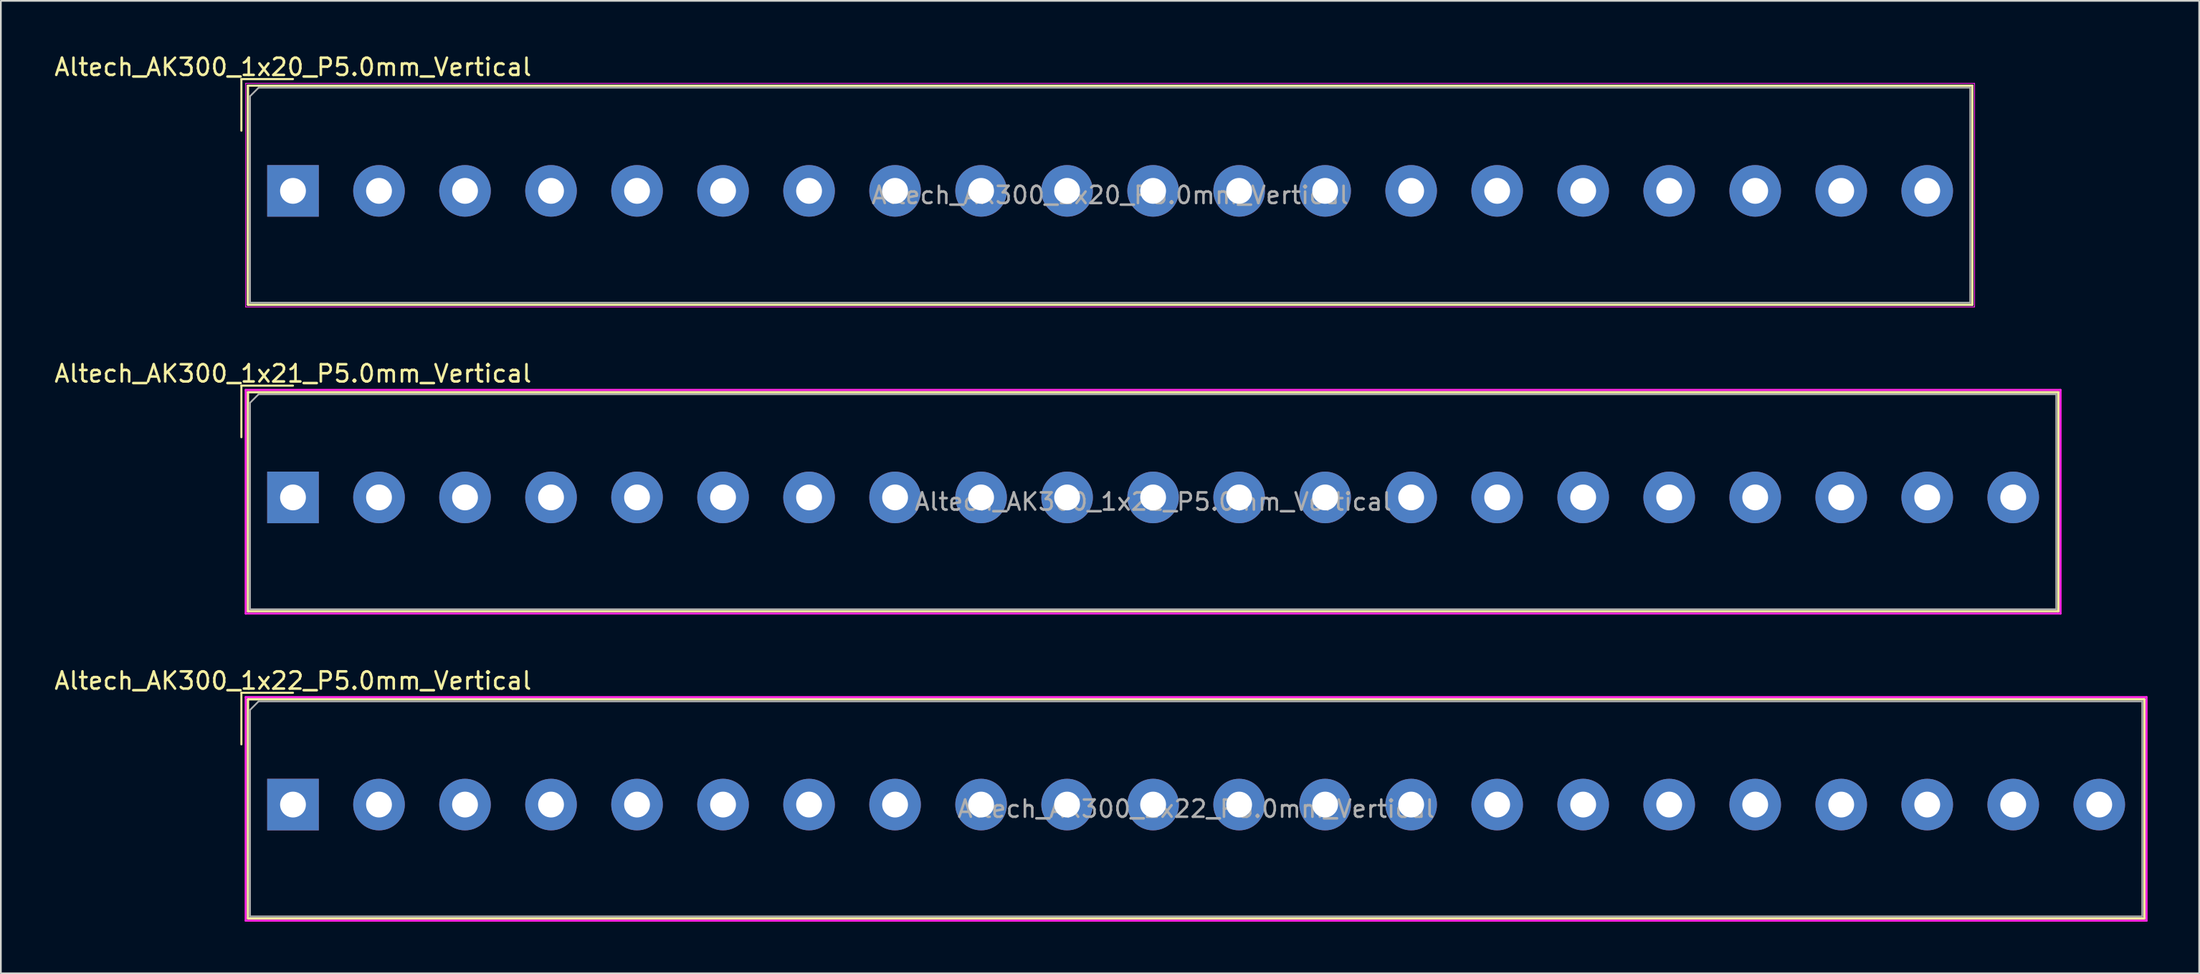
<source format=kicad_pcb>
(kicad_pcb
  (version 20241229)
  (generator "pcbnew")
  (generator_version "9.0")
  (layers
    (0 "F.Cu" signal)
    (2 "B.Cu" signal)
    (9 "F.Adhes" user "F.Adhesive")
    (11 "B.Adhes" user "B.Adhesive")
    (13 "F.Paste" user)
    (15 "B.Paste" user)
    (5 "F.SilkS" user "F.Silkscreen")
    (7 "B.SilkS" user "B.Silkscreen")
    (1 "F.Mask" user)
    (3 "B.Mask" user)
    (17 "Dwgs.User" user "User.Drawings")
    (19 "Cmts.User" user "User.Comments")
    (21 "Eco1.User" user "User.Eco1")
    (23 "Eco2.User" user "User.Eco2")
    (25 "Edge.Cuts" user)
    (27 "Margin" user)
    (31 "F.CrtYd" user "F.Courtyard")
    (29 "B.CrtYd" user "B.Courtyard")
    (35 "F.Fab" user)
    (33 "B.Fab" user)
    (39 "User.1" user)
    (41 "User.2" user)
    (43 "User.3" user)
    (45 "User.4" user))
  (footprint "Altech_AK300_1x20_P5.0mm_Vertical"
    (layer "F.Cu")
    (at 13.982 8.048)
    (property "Reference" "Altech_AK300_1x20_P5.0mm_Vertical" (at 0 -7.2 0) (layer "F.SilkS") (effects (font (size 1 1) (thickness 0.15))))
    (attr through_hole)
    (fp_line (start -3 -6.5) (end 0 -6.5) (stroke (width 0.12) (type solid)) (layer "F.SilkS"))
    (fp_line (start -3 -3.5) (end -3 -6.5) (stroke (width 0.12) (type solid)) (layer "F.SilkS"))
    (fp_line (start -2.62 -6.12) (end -2.62 6.62) (stroke (width 0.12) (type solid)) (layer "F.SilkS"))
    (fp_line (start -2.62 -6.12) (end -2.62 6.62) (stroke (width 0.12) (type solid)) (layer "F.SilkS"))
    (fp_line (start -2.62 -6.12) (end 97.62 -6.12) (stroke (width 0.12) (type solid)) (layer "F.SilkS"))
    (fp_line (start -2.62 -6.12) (end 97.62 -6.12) (stroke (width 0.12) (type solid)) (layer "F.SilkS"))
    (fp_line (start -2.62 6.62) (end 97.62 6.62) (stroke (width 0.12) (type solid)) (layer "F.SilkS"))
    (fp_line (start -2.62 6.62) (end 97.62 6.62) (stroke (width 0.12) (type solid)) (layer "F.SilkS"))
    (fp_line (start 97.62 -6.12) (end 97.62 6.62) (stroke (width 0.12) (type solid)) (layer "F.SilkS"))
    (fp_line (start 97.62 -6.12) (end 97.62 6.62) (stroke (width 0.12) (type solid)) (layer "F.SilkS"))
    (fp_line (start -2.75 -6.25) (end -2.75 6.75) (stroke (width 0.05) (type solid)) (layer "F.CrtYd"))
    (fp_line (start -2.75 -6.25) (end 97.75 -6.25) (stroke (width 0.05) (type solid)) (layer "F.CrtYd"))
    (fp_line (start -2.75 6.75) (end 97.75 6.75) (stroke (width 0.05) (type solid)) (layer "F.CrtYd"))
    (fp_line (start 97.75 -6.25) (end 97.75 6.75) (stroke (width 0.05) (type solid)) (layer "F.CrtYd"))
    (fp_line (start -2.5 -5.5) (end -2 -6) (stroke (width 0.1) (type solid)) (layer "F.Fab"))
    (fp_line (start -2.5 6.5) (end -2.5 -5.5) (stroke (width 0.1) (type solid)) (layer "F.Fab"))
    (fp_line (start -2 -6) (end 97.5 -6) (stroke (width 0.1) (type solid)) (layer "F.Fab"))
    (fp_line (start 97.5 -6) (end 97.5 6.5) (stroke (width 0.1) (type solid)) (layer "F.Fab"))
    (fp_line (start 97.5 6.5) (end -2.5 6.5) (stroke (width 0.1) (type solid)) (layer "F.Fab"))
    (fp_text user "${REFERENCE}" (at 47.5 0.25 0) (layer "F.Fab") (effects (font (size 1 1) (thickness 0.15))))
    (pad "1" thru_hole rect (at 0 0) (size 3 3) (drill 1.5) (layers "*.Cu" "*.Mask"))
    (pad "2" thru_hole circle (at 5 0) (size 3 3) (drill 1.5) (layers "*.Cu" "*.Mask"))
    (pad "3" thru_hole circle (at 10 0) (size 3 3) (drill 1.5) (layers "*.Cu" "*.Mask"))
    (pad "4" thru_hole circle (at 15 0) (size 3 3) (drill 1.5) (layers "*.Cu" "*.Mask"))
    (pad "5" thru_hole circle (at 20 0) (size 3 3) (drill 1.5) (layers "*.Cu" "*.Mask"))
    (pad "6" thru_hole circle (at 25 0) (size 3 3) (drill 1.5) (layers "*.Cu" "*.Mask"))
    (pad "7" thru_hole circle (at 30 0) (size 3 3) (drill 1.5) (layers "*.Cu" "*.Mask"))
    (pad "8" thru_hole circle (at 35 0) (size 3 3) (drill 1.5) (layers "*.Cu" "*.Mask"))
    (pad "9" thru_hole circle (at 40 0) (size 3 3) (drill 1.5) (layers "*.Cu" "*.Mask"))
    (pad "10" thru_hole circle (at 45 0) (size 3 3) (drill 1.5) (layers "*.Cu" "*.Mask"))
    (pad "11" thru_hole circle (at 50 0) (size 3 3) (drill 1.5) (layers "*.Cu" "*.Mask"))
    (pad "12" thru_hole circle (at 55 0) (size 3 3) (drill 1.5) (layers "*.Cu" "*.Mask"))
    (pad "13" thru_hole circle (at 60 0) (size 3 3) (drill 1.5) (layers "*.Cu" "*.Mask"))
    (pad "14" thru_hole circle (at 65 0) (size 3 3) (drill 1.5) (layers "*.Cu" "*.Mask"))
    (pad "15" thru_hole circle (at 70 0) (size 3 3) (drill 1.5) (layers "*.Cu" "*.Mask"))
    (pad "16" thru_hole circle (at 75 0) (size 3 3) (drill 1.5) (layers "*.Cu" "*.Mask"))
    (pad "17" thru_hole circle (at 80 0) (size 3 3) (drill 1.5) (layers "*.Cu" "*.Mask"))
    (pad "18" thru_hole circle (at 85 0) (size 3 3) (drill 1.5) (layers "*.Cu" "*.Mask"))
    (pad "19" thru_hole circle (at 90 0) (size 3 3) (drill 1.5) (layers "*.Cu" "*.Mask"))
    (pad "20" thru_hole circle (at 95 0) (size 3 3) (drill 1.5) (layers "*.Cu" "*.Mask")))
  (footprint "Altech_AK300_1x22_P5.0mm_Vertical"
    (layer "F.Cu")
    (at 13.982 43.73)
    (property "Reference" "Altech_AK300_1x22_P5.0mm_Vertical" (at 0 -7.2 0) (layer "F.SilkS") (effects (font (size 1 1) (thickness 0.15))))
    (attr through_hole)
    (fp_line (start -3 -6.5) (end 0 -6.5) (stroke (width 0.12) (type solid)) (layer "F.SilkS"))
    (fp_line (start -3 -3.5) (end -3 -6.5) (stroke (width 0.12) (type solid)) (layer "F.SilkS"))
    (fp_line (start -2.62 -6.12) (end -2.62 6.62) (stroke (width 0.12) (type solid)) (layer "F.SilkS"))
    (fp_line (start -2.62 -6.12) (end -2.62 6.62) (stroke (width 0.12) (type solid)) (layer "F.SilkS"))
    (fp_line (start -2.62 -6.12) (end 107.62 -6.12) (stroke (width 0.12) (type solid)) (layer "F.SilkS"))
    (fp_line (start -2.62 -6.12) (end 107.62 -6.12) (stroke (width 0.12) (type solid)) (layer "F.SilkS"))
    (fp_line (start -2.62 6.62) (end 107.62 6.62) (stroke (width 0.12) (type solid)) (layer "F.SilkS"))
    (fp_line (start -2.62 6.62) (end 107.62 6.62) (stroke (width 0.12) (type solid)) (layer "F.SilkS"))
    (fp_line (start 107.62 -6.12) (end 107.62 6.62) (stroke (width 0.12) (type solid)) (layer "F.SilkS"))
    (fp_line (start 107.62 -6.12) (end 107.62 6.62) (stroke (width 0.12) (type solid)) (layer "F.SilkS"))
    (fp_line (start -2.75 -6.25) (end -2.75 6.75) (stroke (width 0.12) (type solid)) (layer "F.CrtYd"))
    (fp_line (start -2.75 -6.25) (end 107.75 -6.25) (stroke (width 0.12) (type solid)) (layer "F.CrtYd"))
    (fp_line (start -2.75 6.75) (end 107.75 6.75) (stroke (width 0.12) (type solid)) (layer "F.CrtYd"))
    (fp_line (start 107.75 -6.25) (end 107.75 6.75) (stroke (width 0.12) (type solid)) (layer "F.CrtYd"))
    (fp_line (start -2.5 -5.5) (end -2 -6) (stroke (width 0.1) (type solid)) (layer "F.Fab"))
    (fp_line (start -2.5 6.5) (end -2.5 -5.5) (stroke (width 0.1) (type solid)) (layer "F.Fab"))
    (fp_line (start -2 -6) (end 107.5 -6) (stroke (width 0.1) (type solid)) (layer "F.Fab"))
    (fp_line (start 107.5 -6) (end 107.5 6.5) (stroke (width 0.1) (type solid)) (layer "F.Fab"))
    (fp_line (start 107.5 6.5) (end -2.5 6.5) (stroke (width 0.1) (type solid)) (layer "F.Fab"))
    (fp_text user "${REFERENCE}" (at 52.5 0.25 0) (layer "F.Fab") (effects (font (size 1 1) (thickness 0.15))))
    (pad "1" thru_hole rect (at 0 0) (size 3 3) (drill 1.5) (layers "*.Cu" "*.Mask"))
    (pad "2" thru_hole circle (at 5 0) (size 3 3) (drill 1.5) (layers "*.Cu" "*.Mask"))
    (pad "3" thru_hole circle (at 10 0) (size 3 3) (drill 1.5) (layers "*.Cu" "*.Mask"))
    (pad "4" thru_hole circle (at 15 0) (size 3 3) (drill 1.5) (layers "*.Cu" "*.Mask"))
    (pad "5" thru_hole circle (at 20 0) (size 3 3) (drill 1.5) (layers "*.Cu" "*.Mask"))
    (pad "6" thru_hole circle (at 25 0) (size 3 3) (drill 1.5) (layers "*.Cu" "*.Mask"))
    (pad "7" thru_hole circle (at 30 0) (size 3 3) (drill 1.5) (layers "*.Cu" "*.Mask"))
    (pad "8" thru_hole circle (at 35 0) (size 3 3) (drill 1.5) (layers "*.Cu" "*.Mask"))
    (pad "9" thru_hole circle (at 40 0) (size 3 3) (drill 1.5) (layers "*.Cu" "*.Mask"))
    (pad "10" thru_hole circle (at 45 0) (size 3 3) (drill 1.5) (layers "*.Cu" "*.Mask"))
    (pad "11" thru_hole circle (at 50 0) (size 3 3) (drill 1.5) (layers "*.Cu" "*.Mask"))
    (pad "12" thru_hole circle (at 55 0) (size 3 3) (drill 1.5) (layers "*.Cu" "*.Mask"))
    (pad "13" thru_hole circle (at 60 0) (size 3 3) (drill 1.5) (layers "*.Cu" "*.Mask"))
    (pad "14" thru_hole circle (at 65 0) (size 3 3) (drill 1.5) (layers "*.Cu" "*.Mask"))
    (pad "15" thru_hole circle (at 70 0) (size 3 3) (drill 1.5) (layers "*.Cu" "*.Mask"))
    (pad "16" thru_hole circle (at 75 0) (size 3 3) (drill 1.5) (layers "*.Cu" "*.Mask"))
    (pad "17" thru_hole circle (at 80 0) (size 3 3) (drill 1.5) (layers "*.Cu" "*.Mask"))
    (pad "18" thru_hole circle (at 85 0) (size 3 3) (drill 1.5) (layers "*.Cu" "*.Mask"))
    (pad "19" thru_hole circle (at 90 0) (size 3 3) (drill 1.5) (layers "*.Cu" "*.Mask"))
    (pad "20" thru_hole circle (at 95 0) (size 3 3) (drill 1.5) (layers "*.Cu" "*.Mask"))
    (pad "21" thru_hole circle (at 100 0) (size 3 3) (drill 1.5) (layers "*.Cu" "*.Mask"))
    (pad "22" thru_hole circle (at 105 0) (size 3 3) (drill 1.5) (layers "*.Cu" "*.Mask")))
  (footprint "Altech_AK300_1x21_P5.0mm_Vertical"
    (layer "F.Cu")
    (at 13.982 25.872)
    (property "Reference" "Altech_AK300_1x21_P5.0mm_Vertical" (at 0 -7.2 0) (layer "F.SilkS") (effects (font (size 1 1) (thickness 0.15))))
    (attr through_hole)
    (fp_line (start -3 -6.5) (end 0 -6.5) (stroke (width 0.12) (type solid)) (layer "F.SilkS"))
    (fp_line (start -3 -3.5) (end -3 -6.5) (stroke (width 0.12) (type solid)) (layer "F.SilkS"))
    (fp_line (start -2.62 -6.12) (end -2.62 6.62) (stroke (width 0.12) (type solid)) (layer "F.SilkS"))
    (fp_line (start -2.62 -6.12) (end -2.62 6.62) (stroke (width 0.12) (type solid)) (layer "F.SilkS"))
    (fp_line (start -2.62 -6.12) (end 102.62 -6.12) (stroke (width 0.12) (type solid)) (layer "F.SilkS"))
    (fp_line (start -2.62 -6.12) (end 102.62 -6.12) (stroke (width 0.12) (type solid)) (layer "F.SilkS"))
    (fp_line (start -2.62 6.62) (end 102.62 6.62) (stroke (width 0.12) (type solid)) (layer "F.SilkS"))
    (fp_line (start -2.62 6.62) (end 102.62 6.62) (stroke (width 0.12) (type solid)) (layer "F.SilkS"))
    (fp_line (start 102.62 -6.12) (end 102.62 6.62) (stroke (width 0.12) (type solid)) (layer "F.SilkS"))
    (fp_line (start 102.62 -6.12) (end 102.62 6.62) (stroke (width 0.12) (type solid)) (layer "F.SilkS"))
    (fp_line (start -2.75 -6.25) (end -2.75 6.75) (stroke (width 0.12) (type solid)) (layer "F.CrtYd"))
    (fp_line (start -2.75 -6.25) (end 102.75 -6.25) (stroke (width 0.12) (type solid)) (layer "F.CrtYd"))
    (fp_line (start -2.75 6.75) (end 102.75 6.75) (stroke (width 0.12) (type solid)) (layer "F.CrtYd"))
    (fp_line (start 102.75 -6.25) (end 102.75 6.75) (stroke (width 0.12) (type solid)) (layer "F.CrtYd"))
    (fp_line (start -2.5 -5.5) (end -2 -6) (stroke (width 0.1) (type solid)) (layer "F.Fab"))
    (fp_line (start -2.5 6.5) (end -2.5 -5.5) (stroke (width 0.1) (type solid)) (layer "F.Fab"))
    (fp_line (start -2 -6) (end 102.5 -6) (stroke (width 0.1) (type solid)) (layer "F.Fab"))
    (fp_line (start 102.5 -6) (end 102.5 6.5) (stroke (width 0.1) (type solid)) (layer "F.Fab"))
    (fp_line (start 102.5 6.5) (end -2.5 6.5) (stroke (width 0.1) (type solid)) (layer "F.Fab"))
    (fp_text user "${REFERENCE}" (at 50 0.25 0) (layer "F.Fab") (effects (font (size 1 1) (thickness 0.15))))
    (pad "1" thru_hole rect (at 0 0) (size 3 3) (drill 1.5) (layers "*.Cu" "*.Mask"))
    (pad "2" thru_hole circle (at 5 0) (size 3 3) (drill 1.5) (layers "*.Cu" "*.Mask"))
    (pad "3" thru_hole circle (at 10 0) (size 3 3) (drill 1.5) (layers "*.Cu" "*.Mask"))
    (pad "4" thru_hole circle (at 15 0) (size 3 3) (drill 1.5) (layers "*.Cu" "*.Mask"))
    (pad "5" thru_hole circle (at 20 0) (size 3 3) (drill 1.5) (layers "*.Cu" "*.Mask"))
    (pad "6" thru_hole circle (at 25 0) (size 3 3) (drill 1.5) (layers "*.Cu" "*.Mask"))
    (pad "7" thru_hole circle (at 30 0) (size 3 3) (drill 1.5) (layers "*.Cu" "*.Mask"))
    (pad "8" thru_hole circle (at 35 0) (size 3 3) (drill 1.5) (layers "*.Cu" "*.Mask"))
    (pad "9" thru_hole circle (at 40 0) (size 3 3) (drill 1.5) (layers "*.Cu" "*.Mask"))
    (pad "10" thru_hole circle (at 45 0) (size 3 3) (drill 1.5) (layers "*.Cu" "*.Mask"))
    (pad "11" thru_hole circle (at 50 0) (size 3 3) (drill 1.5) (layers "*.Cu" "*.Mask"))
    (pad "12" thru_hole circle (at 55 0) (size 3 3) (drill 1.5) (layers "*.Cu" "*.Mask"))
    (pad "13" thru_hole circle (at 60 0) (size 3 3) (drill 1.5) (layers "*.Cu" "*.Mask"))
    (pad "14" thru_hole circle (at 65 0) (size 3 3) (drill 1.5) (layers "*.Cu" "*.Mask"))
    (pad "15" thru_hole circle (at 70 0) (size 3 3) (drill 1.5) (layers "*.Cu" "*.Mask"))
    (pad "16" thru_hole circle (at 75 0) (size 3 3) (drill 1.5) (layers "*.Cu" "*.Mask"))
    (pad "17" thru_hole circle (at 80 0) (size 3 3) (drill 1.5) (layers "*.Cu" "*.Mask"))
    (pad "18" thru_hole circle (at 85 0) (size 3 3) (drill 1.5) (layers "*.Cu" "*.Mask"))
    (pad "19" thru_hole circle (at 90 0) (size 3 3) (drill 1.5) (layers "*.Cu" "*.Mask"))
    (pad "20" thru_hole circle (at 95 0) (size 3 3) (drill 1.5) (layers "*.Cu" "*.Mask"))
    (pad "21" thru_hole circle (at 100 0) (size 3 3) (drill 1.5) (layers "*.Cu" "*.Mask")))
  (gr_rect
    (start -3 -3)
    (end 124.792 53.54)
    (stroke (width 0.1) (type default))
    (fill no)
    (layer "Edge.Cuts")))
</source>
